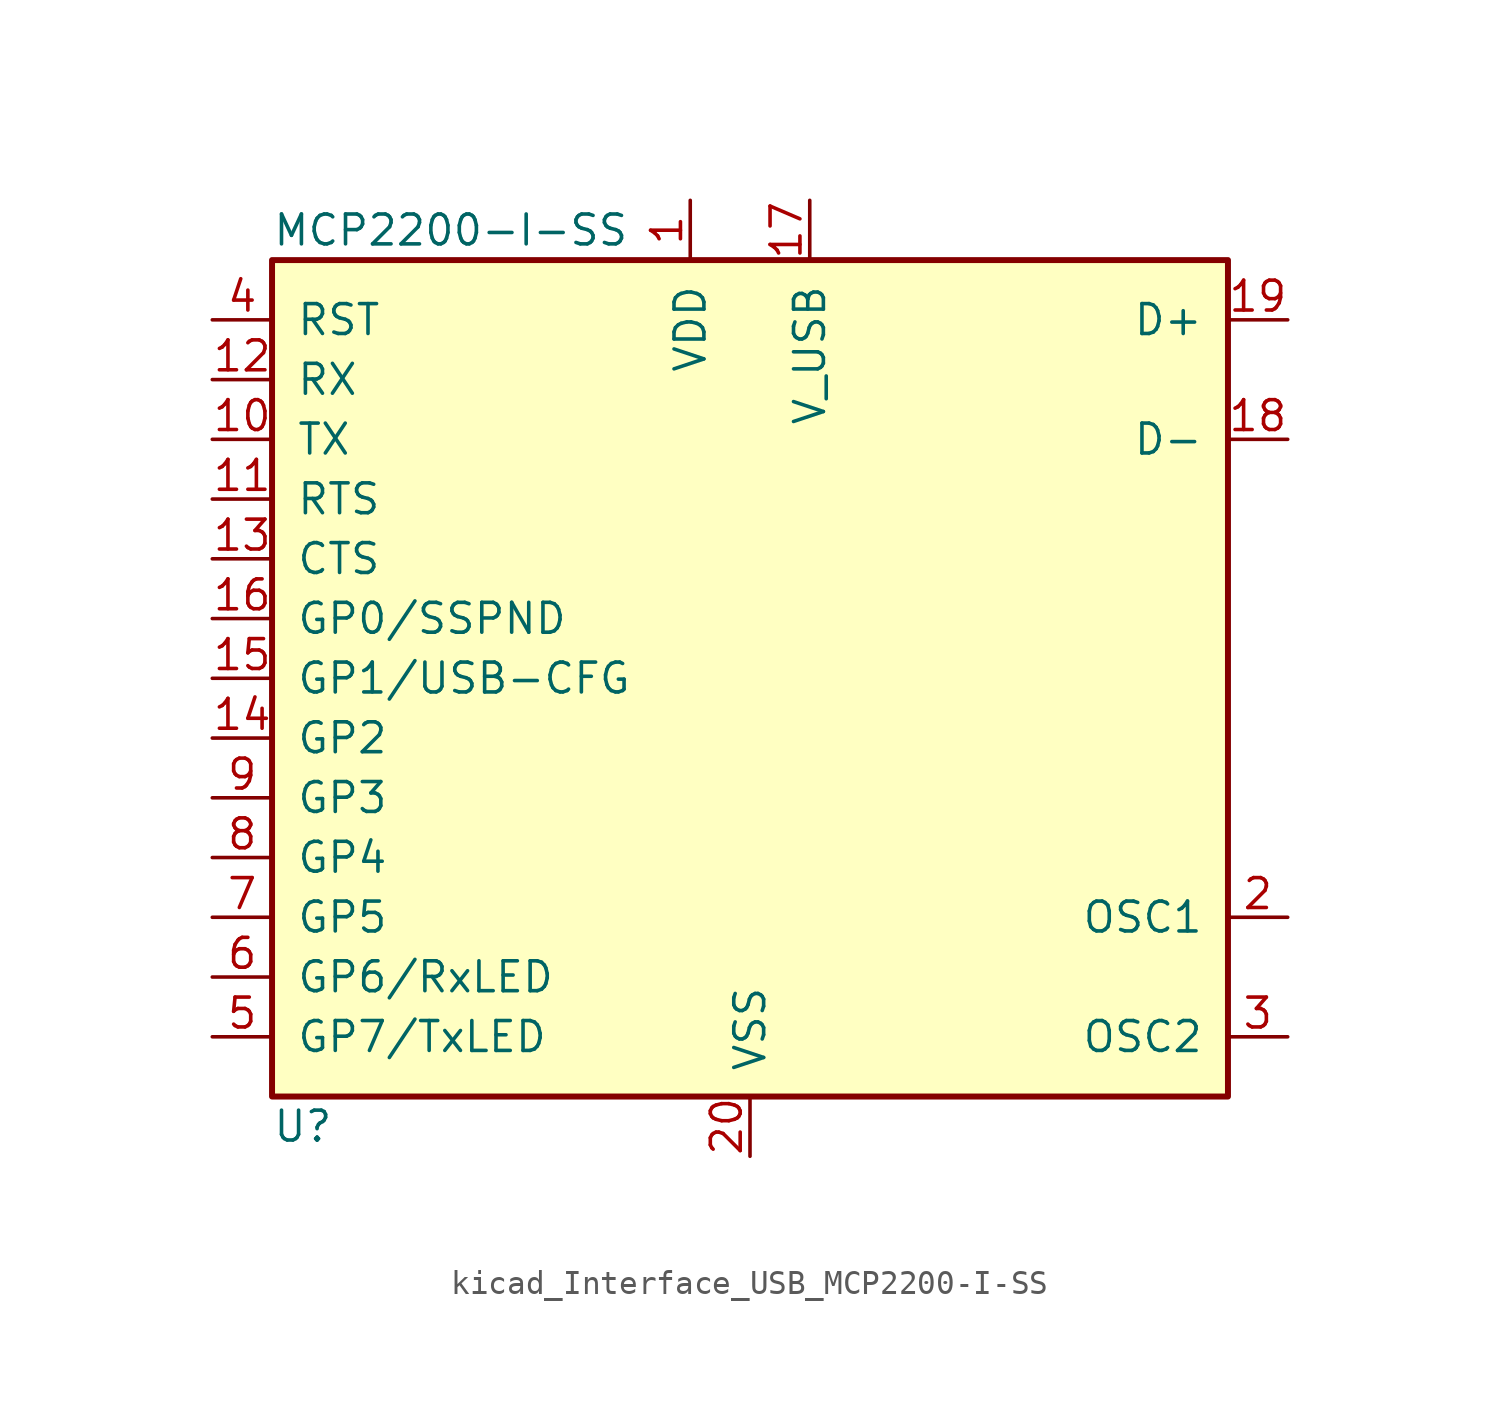
<source format=kicad_sym>
(kicad_symbol_lib
  (version 20220914)
  (generator kicad_symbol_editor)
  (symbol "kicad_Interface_USB_MCP2200-I-SS"
    (pin_names
      (offset 1.016))
    (property "Reference" "U"
      (at -20.32 -19.05 0)
      (effects (font (size 1.27 1.27)) (justify left)))
    (property "Value" "MCP2200-I-SS"
      (at -20.32 19.05 0)
      (effects (font (size 1.27 1.27)) (justify left)))
    (symbol "kicad_Interface_USB_MCP2200-I-SS_0_1"
      (rectangle (start -20.32 17.78) (end 20.32 -17.78) (stroke (width 0.254) (type default)) (fill (type background))))
    (symbol "kicad_Interface_USB_MCP2200-I-SS_1_1"
      (pin power_in line (at -2.54 20.32 270) (length 2.54) (name "VDD" (effects (font (size 1.27 1.27)))) (number "1" (effects (font (size 1.27 1.27)))))
      (pin output line (at -22.86 10.16 0) (length 2.54) (name "TX" (effects (font (size 1.27 1.27)))) (number "10" (effects (font (size 1.27 1.27)))))
      (pin output line (at -22.86 7.62 0) (length 2.54) (name "RTS" (effects (font (size 1.27 1.27)))) (number "11" (effects (font (size 1.27 1.27)))))
      (pin input line (at -22.86 12.7 0) (length 2.54) (name "RX" (effects (font (size 1.27 1.27)))) (number "12" (effects (font (size 1.27 1.27)))))
      (pin input line (at -22.86 5.08 0) (length 2.54) (name "CTS" (effects (font (size 1.27 1.27)))) (number "13" (effects (font (size 1.27 1.27)))))
      (pin bidirectional line (at -22.86 -2.54 0) (length 2.54) (name "GP2" (effects (font (size 1.27 1.27)))) (number "14" (effects (font (size 1.27 1.27)))))
      (pin bidirectional line (at -22.86 0 0) (length 2.54) (name "GP1/USB-CFG" (effects (font (size 1.27 1.27)))) (number "15" (effects (font (size 1.27 1.27)))))
      (pin bidirectional line (at -22.86 2.54 0) (length 2.54) (name "GP0/SSPND" (effects (font (size 1.27 1.27)))) (number "16" (effects (font (size 1.27 1.27)))))
      (pin power_in line (at 2.54 20.32 270) (length 2.54) (name "V_USB" (effects (font (size 1.27 1.27)))) (number "17" (effects (font (size 1.27 1.27)))))
      (pin bidirectional line (at 22.86 10.16 180) (length 2.54) (name "D-" (effects (font (size 1.27 1.27)))) (number "18" (effects (font (size 1.27 1.27)))))
      (pin bidirectional line (at 22.86 15.24 180) (length 2.54) (name "D+" (effects (font (size 1.27 1.27)))) (number "19" (effects (font (size 1.27 1.27)))))
      (pin input line (at 22.86 -10.16 180) (length 2.54) (name "OSC1" (effects (font (size 1.27 1.27)))) (number "2" (effects (font (size 1.27 1.27)))))
      (pin power_in line (at 0 -20.32 90) (length 2.54) (name "VSS" (effects (font (size 1.27 1.27)))) (number "20" (effects (font (size 1.27 1.27)))))
      (pin output line (at 22.86 -15.24 180) (length 2.54) (name "OSC2" (effects (font (size 1.27 1.27)))) (number "3" (effects (font (size 1.27 1.27)))))
      (pin input line (at -22.86 15.24 0) (length 2.54) (name "RST" (effects (font (size 1.27 1.27)))) (number "4" (effects (font (size 1.27 1.27)))))
      (pin bidirectional line (at -22.86 -15.24 0) (length 2.54) (name "GP7/TxLED" (effects (font (size 1.27 1.27)))) (number "5" (effects (font (size 1.27 1.27)))))
      (pin bidirectional line (at -22.86 -12.7 0) (length 2.54) (name "GP6/RxLED" (effects (font (size 1.27 1.27)))) (number "6" (effects (font (size 1.27 1.27)))))
      (pin bidirectional line (at -22.86 -10.16 0) (length 2.54) (name "GP5" (effects (font (size 1.27 1.27)))) (number "7" (effects (font (size 1.27 1.27)))))
      (pin bidirectional line (at -22.86 -7.62 0) (length 2.54) (name "GP4" (effects (font (size 1.27 1.27)))) (number "8" (effects (font (size 1.27 1.27)))))
      (pin bidirectional line (at -22.86 -5.08 0) (length 2.54) (name "GP3" (effects (font (size 1.27 1.27)))) (number "9" (effects (font (size 1.27 1.27))))))))
</source>
